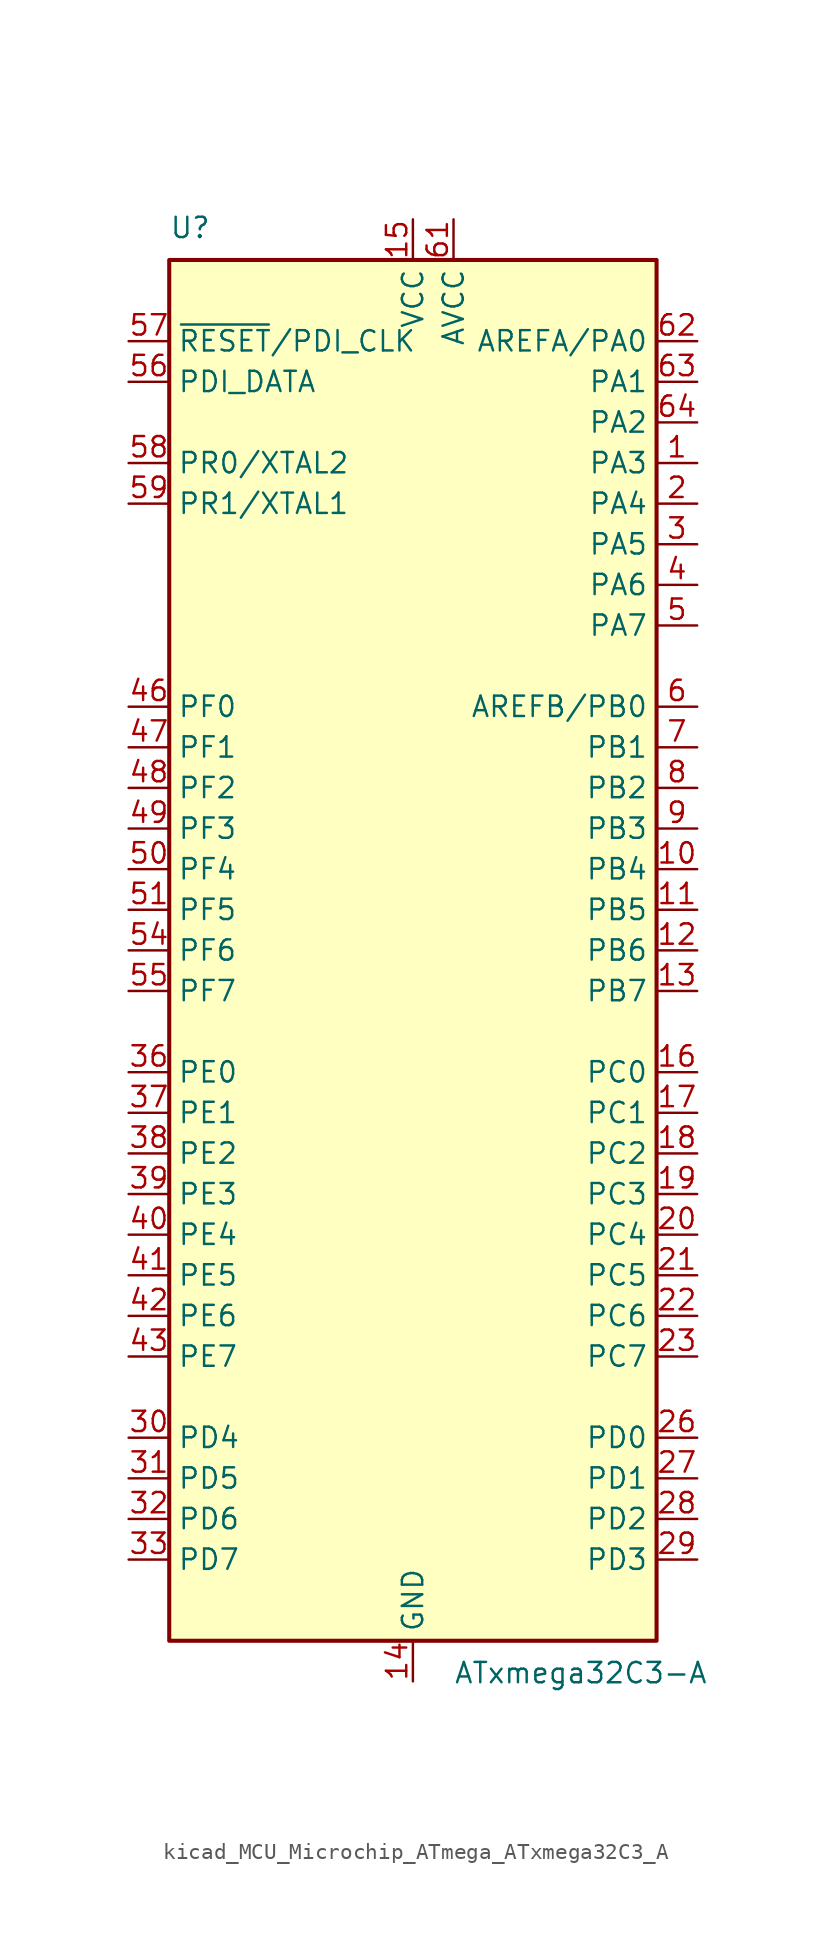
<source format=kicad_sym>
(kicad_symbol_lib
  (version 20220914)
  (generator kicad_symbol_editor)
  (symbol "kicad_MCU_Microchip_ATmega_ATxmega32C3_A"
    (property "Reference" "U"
      (at -15.24 44.45 0)
      (effects (font (size 1.27 1.27)) (justify left bottom)))
    (property "Value" "ATxmega32C3-A"
      (at 2.54 -44.45 0)
      (effects (font (size 1.27 1.27)) (justify left top)))
    (symbol "kicad_MCU_Microchip_ATmega_ATxmega32C3_A_0_1"
      (rectangle (start -15.24 -43.18) (end 15.24 43.18) (stroke (width 0.254) (type default)) (fill (type background))))
    (symbol "kicad_MCU_Microchip_ATmega_ATxmega32C3_A_1_1"
      (pin bidirectional line (at 17.78 30.48 180) (length 2.54) (name "PA3" (effects (font (size 1.27 1.27)))) (number "1" (effects (font (size 1.27 1.27)))))
      (pin bidirectional line (at 17.78 5.08 180) (length 2.54) (name "PB4" (effects (font (size 1.27 1.27)))) (number "10" (effects (font (size 1.27 1.27)))))
      (pin bidirectional line (at 17.78 2.54 180) (length 2.54) (name "PB5" (effects (font (size 1.27 1.27)))) (number "11" (effects (font (size 1.27 1.27)))))
      (pin bidirectional line (at 17.78 0 180) (length 2.54) (name "PB6" (effects (font (size 1.27 1.27)))) (number "12" (effects (font (size 1.27 1.27)))))
      (pin bidirectional line (at 17.78 -2.54 180) (length 2.54) (name "PB7" (effects (font (size 1.27 1.27)))) (number "13" (effects (font (size 1.27 1.27)))))
      (pin power_in line (at 0 -45.72 90) (length 2.54) (name "GND" (effects (font (size 1.27 1.27)))) (number "14" (effects (font (size 1.27 1.27)))))
      (pin power_in line (at 0 45.72 270) (length 2.54) (name "VCC" (effects (font (size 1.27 1.27)))) (number "15" (effects (font (size 1.27 1.27)))))
      (pin bidirectional line (at 17.78 -7.62 180) (length 2.54) (name "PC0" (effects (font (size 1.27 1.27)))) (number "16" (effects (font (size 1.27 1.27)))))
      (pin bidirectional line (at 17.78 -10.16 180) (length 2.54) (name "PC1" (effects (font (size 1.27 1.27)))) (number "17" (effects (font (size 1.27 1.27)))))
      (pin bidirectional line (at 17.78 -12.7 180) (length 2.54) (name "PC2" (effects (font (size 1.27 1.27)))) (number "18" (effects (font (size 1.27 1.27)))))
      (pin bidirectional line (at 17.78 -15.24 180) (length 2.54) (name "PC3" (effects (font (size 1.27 1.27)))) (number "19" (effects (font (size 1.27 1.27)))))
      (pin bidirectional line (at 17.78 27.94 180) (length 2.54) (name "PA4" (effects (font (size 1.27 1.27)))) (number "2" (effects (font (size 1.27 1.27)))))
      (pin bidirectional line (at 17.78 -17.78 180) (length 2.54) (name "PC4" (effects (font (size 1.27 1.27)))) (number "20" (effects (font (size 1.27 1.27)))))
      (pin bidirectional line (at 17.78 -20.32 180) (length 2.54) (name "PC5" (effects (font (size 1.27 1.27)))) (number "21" (effects (font (size 1.27 1.27)))))
      (pin bidirectional line (at 17.78 -22.86 180) (length 2.54) (name "PC6" (effects (font (size 1.27 1.27)))) (number "22" (effects (font (size 1.27 1.27)))))
      (pin bidirectional line (at 17.78 -25.4 180) (length 2.54) (name "PC7" (effects (font (size 1.27 1.27)))) (number "23" (effects (font (size 1.27 1.27)))))
      (pin passive line (at 0 -45.72 90) (length 2.54) hide (name "GND" (effects (font (size 1.27 1.27)))) (number "24" (effects (font (size 1.27 1.27)))))
      (pin passive line (at 0 45.72 270) (length 2.54) hide (name "VCC" (effects (font (size 1.27 1.27)))) (number "25" (effects (font (size 1.27 1.27)))))
      (pin bidirectional line (at 17.78 -30.48 180) (length 2.54) (name "PD0" (effects (font (size 1.27 1.27)))) (number "26" (effects (font (size 1.27 1.27)))))
      (pin bidirectional line (at 17.78 -33.02 180) (length 2.54) (name "PD1" (effects (font (size 1.27 1.27)))) (number "27" (effects (font (size 1.27 1.27)))))
      (pin bidirectional line (at 17.78 -35.56 180) (length 2.54) (name "PD2" (effects (font (size 1.27 1.27)))) (number "28" (effects (font (size 1.27 1.27)))))
      (pin bidirectional line (at 17.78 -38.1 180) (length 2.54) (name "PD3" (effects (font (size 1.27 1.27)))) (number "29" (effects (font (size 1.27 1.27)))))
      (pin bidirectional line (at 17.78 25.4 180) (length 2.54) (name "PA5" (effects (font (size 1.27 1.27)))) (number "3" (effects (font (size 1.27 1.27)))))
      (pin bidirectional line (at -17.78 -30.48 0) (length 2.54) (name "PD4" (effects (font (size 1.27 1.27)))) (number "30" (effects (font (size 1.27 1.27)))))
      (pin bidirectional line (at -17.78 -33.02 0) (length 2.54) (name "PD5" (effects (font (size 1.27 1.27)))) (number "31" (effects (font (size 1.27 1.27)))))
      (pin bidirectional line (at -17.78 -35.56 0) (length 2.54) (name "PD6" (effects (font (size 1.27 1.27)))) (number "32" (effects (font (size 1.27 1.27)))))
      (pin bidirectional line (at -17.78 -38.1 0) (length 2.54) (name "PD7" (effects (font (size 1.27 1.27)))) (number "33" (effects (font (size 1.27 1.27)))))
      (pin passive line (at 0 -45.72 90) (length 2.54) hide (name "GND" (effects (font (size 1.27 1.27)))) (number "34" (effects (font (size 1.27 1.27)))))
      (pin passive line (at 0 45.72 270) (length 2.54) hide (name "VCC" (effects (font (size 1.27 1.27)))) (number "35" (effects (font (size 1.27 1.27)))))
      (pin bidirectional line (at -17.78 -7.62 0) (length 2.54) (name "PE0" (effects (font (size 1.27 1.27)))) (number "36" (effects (font (size 1.27 1.27)))))
      (pin bidirectional line (at -17.78 -10.16 0) (length 2.54) (name "PE1" (effects (font (size 1.27 1.27)))) (number "37" (effects (font (size 1.27 1.27)))))
      (pin bidirectional line (at -17.78 -12.7 0) (length 2.54) (name "PE2" (effects (font (size 1.27 1.27)))) (number "38" (effects (font (size 1.27 1.27)))))
      (pin bidirectional line (at -17.78 -15.24 0) (length 2.54) (name "PE3" (effects (font (size 1.27 1.27)))) (number "39" (effects (font (size 1.27 1.27)))))
      (pin bidirectional line (at 17.78 22.86 180) (length 2.54) (name "PA6" (effects (font (size 1.27 1.27)))) (number "4" (effects (font (size 1.27 1.27)))))
      (pin bidirectional line (at -17.78 -17.78 0) (length 2.54) (name "PE4" (effects (font (size 1.27 1.27)))) (number "40" (effects (font (size 1.27 1.27)))))
      (pin bidirectional line (at -17.78 -20.32 0) (length 2.54) (name "PE5" (effects (font (size 1.27 1.27)))) (number "41" (effects (font (size 1.27 1.27)))))
      (pin bidirectional line (at -17.78 -22.86 0) (length 2.54) (name "PE6" (effects (font (size 1.27 1.27)))) (number "42" (effects (font (size 1.27 1.27)))))
      (pin bidirectional line (at -17.78 -25.4 0) (length 2.54) (name "PE7" (effects (font (size 1.27 1.27)))) (number "43" (effects (font (size 1.27 1.27)))))
      (pin passive line (at 0 -45.72 90) (length 2.54) hide (name "GND" (effects (font (size 1.27 1.27)))) (number "44" (effects (font (size 1.27 1.27)))))
      (pin passive line (at 0 45.72 270) (length 2.54) hide (name "VCC" (effects (font (size 1.27 1.27)))) (number "45" (effects (font (size 1.27 1.27)))))
      (pin bidirectional line (at -17.78 15.24 0) (length 2.54) (name "PF0" (effects (font (size 1.27 1.27)))) (number "46" (effects (font (size 1.27 1.27)))))
      (pin bidirectional line (at -17.78 12.7 0) (length 2.54) (name "PF1" (effects (font (size 1.27 1.27)))) (number "47" (effects (font (size 1.27 1.27)))))
      (pin bidirectional line (at -17.78 10.16 0) (length 2.54) (name "PF2" (effects (font (size 1.27 1.27)))) (number "48" (effects (font (size 1.27 1.27)))))
      (pin bidirectional line (at -17.78 7.62 0) (length 2.54) (name "PF3" (effects (font (size 1.27 1.27)))) (number "49" (effects (font (size 1.27 1.27)))))
      (pin bidirectional line (at 17.78 20.32 180) (length 2.54) (name "PA7" (effects (font (size 1.27 1.27)))) (number "5" (effects (font (size 1.27 1.27)))))
      (pin bidirectional line (at -17.78 5.08 0) (length 2.54) (name "PF4" (effects (font (size 1.27 1.27)))) (number "50" (effects (font (size 1.27 1.27)))))
      (pin bidirectional line (at -17.78 2.54 0) (length 2.54) (name "PF5" (effects (font (size 1.27 1.27)))) (number "51" (effects (font (size 1.27 1.27)))))
      (pin passive line (at 0 -45.72 90) (length 2.54) hide (name "GND" (effects (font (size 1.27 1.27)))) (number "52" (effects (font (size 1.27 1.27)))))
      (pin passive line (at 0 45.72 270) (length 2.54) hide (name "VCC" (effects (font (size 1.27 1.27)))) (number "53" (effects (font (size 1.27 1.27)))))
      (pin bidirectional line (at -17.78 0 0) (length 2.54) (name "PF6" (effects (font (size 1.27 1.27)))) (number "54" (effects (font (size 1.27 1.27)))))
      (pin bidirectional line (at -17.78 -2.54 0) (length 2.54) (name "PF7" (effects (font (size 1.27 1.27)))) (number "55" (effects (font (size 1.27 1.27)))))
      (pin bidirectional line (at -17.78 35.56 0) (length 2.54) (name "PDI_DATA" (effects (font (size 1.27 1.27)))) (number "56" (effects (font (size 1.27 1.27)))))
      (pin input line (at -17.78 38.1 0) (length 2.54) (name "~{RESET}/PDI_CLK" (effects (font (size 1.27 1.27)))) (number "57" (effects (font (size 1.27 1.27)))))
      (pin bidirectional line (at -17.78 30.48 0) (length 2.54) (name "PR0/XTAL2" (effects (font (size 1.27 1.27)))) (number "58" (effects (font (size 1.27 1.27)))))
      (pin bidirectional line (at -17.78 27.94 0) (length 2.54) (name "PR1/XTAL1" (effects (font (size 1.27 1.27)))) (number "59" (effects (font (size 1.27 1.27)))))
      (pin bidirectional line (at 17.78 15.24 180) (length 2.54) (name "AREFB/PB0" (effects (font (size 1.27 1.27)))) (number "6" (effects (font (size 1.27 1.27)))))
      (pin passive line (at 0 -45.72 90) (length 2.54) hide (name "GND" (effects (font (size 1.27 1.27)))) (number "60" (effects (font (size 1.27 1.27)))))
      (pin power_in line (at 2.54 45.72 270) (length 2.54) (name "AVCC" (effects (font (size 1.27 1.27)))) (number "61" (effects (font (size 1.27 1.27)))))
      (pin bidirectional line (at 17.78 38.1 180) (length 2.54) (name "AREFA/PA0" (effects (font (size 1.27 1.27)))) (number "62" (effects (font (size 1.27 1.27)))))
      (pin bidirectional line (at 17.78 35.56 180) (length 2.54) (name "PA1" (effects (font (size 1.27 1.27)))) (number "63" (effects (font (size 1.27 1.27)))))
      (pin bidirectional line (at 17.78 33.02 180) (length 2.54) (name "PA2" (effects (font (size 1.27 1.27)))) (number "64" (effects (font (size 1.27 1.27)))))
      (pin bidirectional line (at 17.78 12.7 180) (length 2.54) (name "PB1" (effects (font (size 1.27 1.27)))) (number "7" (effects (font (size 1.27 1.27)))))
      (pin bidirectional line (at 17.78 10.16 180) (length 2.54) (name "PB2" (effects (font (size 1.27 1.27)))) (number "8" (effects (font (size 1.27 1.27)))))
      (pin bidirectional line (at 17.78 7.62 180) (length 2.54) (name "PB3" (effects (font (size 1.27 1.27)))) (number "9" (effects (font (size 1.27 1.27))))))))
</source>
